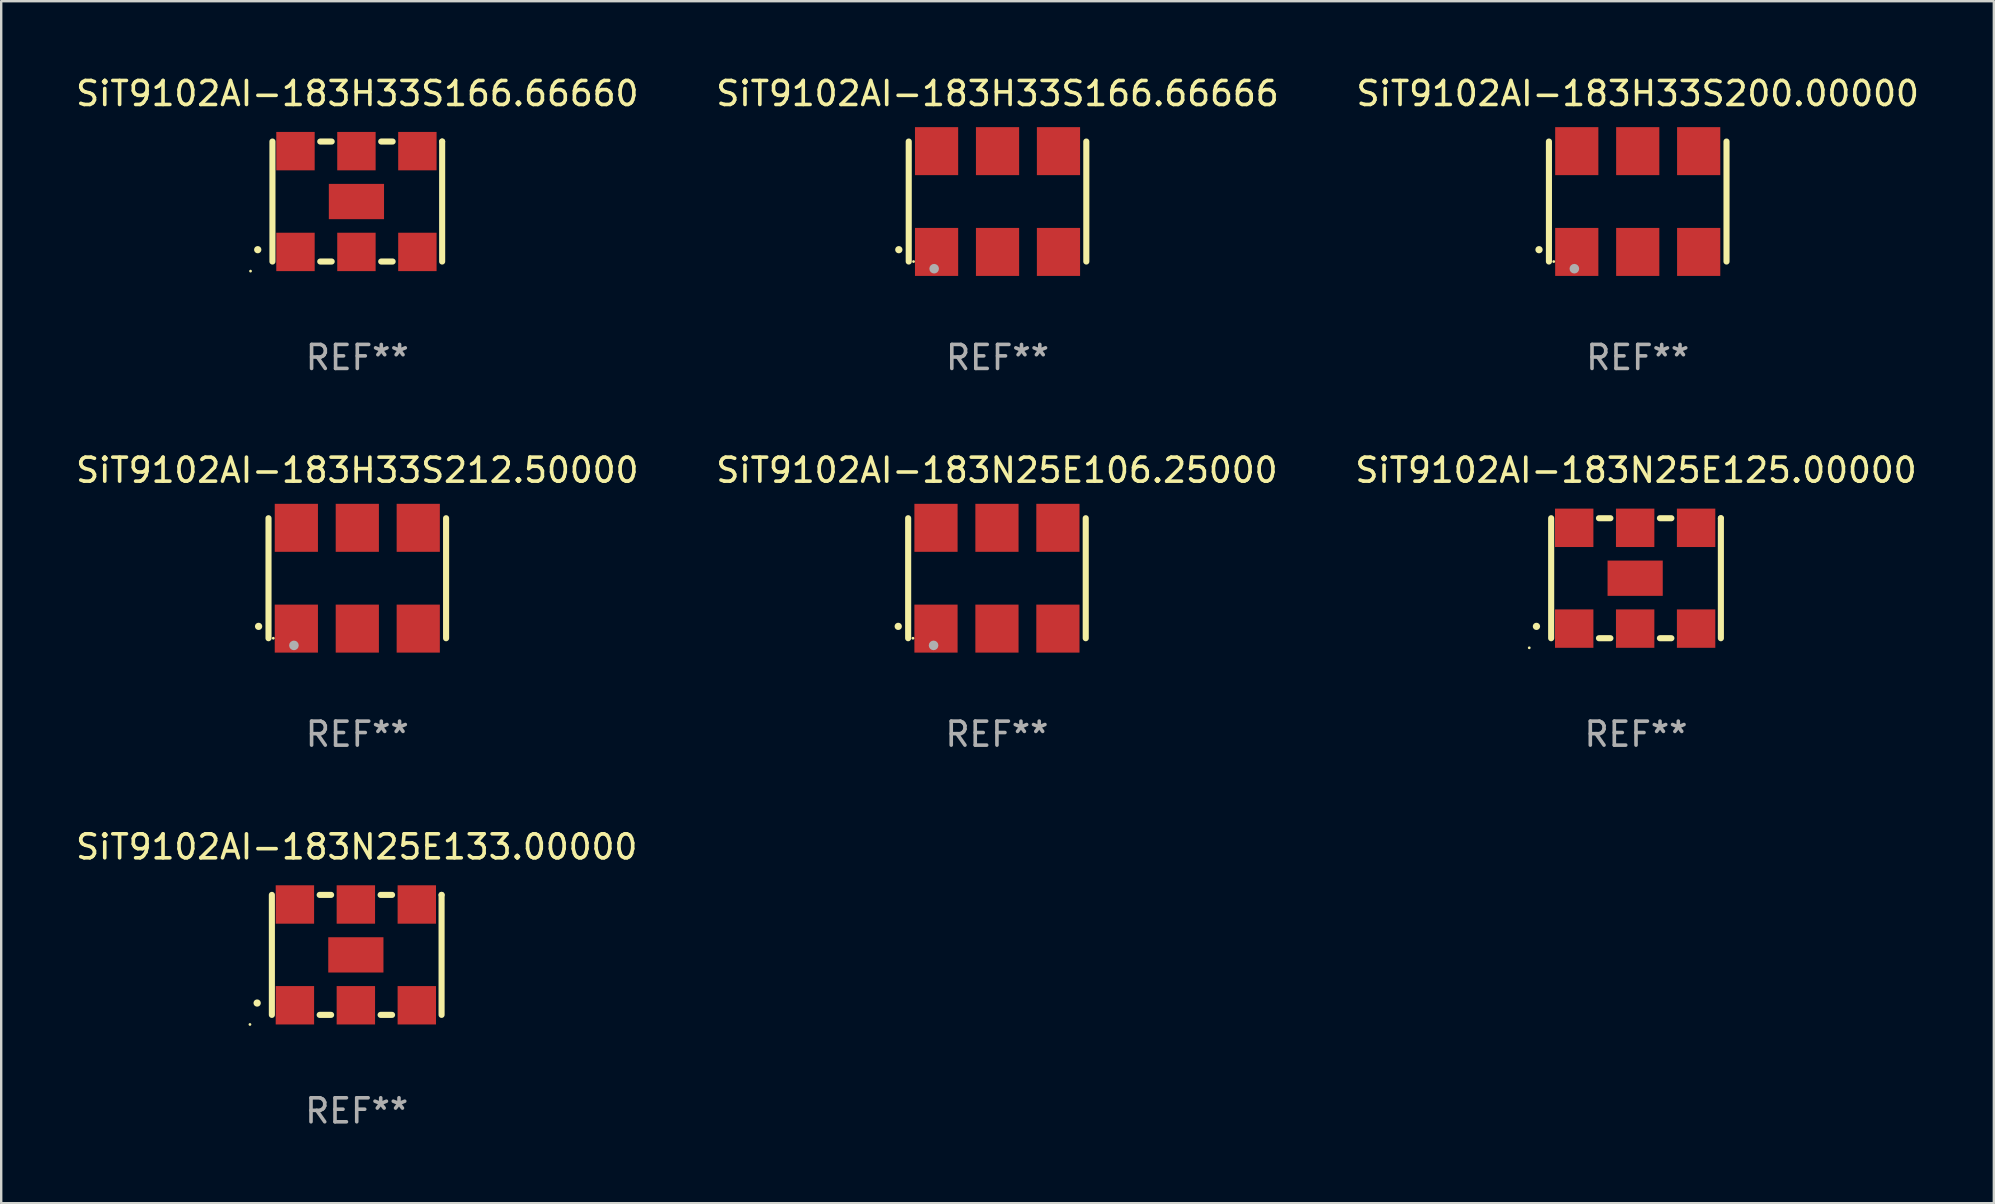
<source format=kicad_pcb>
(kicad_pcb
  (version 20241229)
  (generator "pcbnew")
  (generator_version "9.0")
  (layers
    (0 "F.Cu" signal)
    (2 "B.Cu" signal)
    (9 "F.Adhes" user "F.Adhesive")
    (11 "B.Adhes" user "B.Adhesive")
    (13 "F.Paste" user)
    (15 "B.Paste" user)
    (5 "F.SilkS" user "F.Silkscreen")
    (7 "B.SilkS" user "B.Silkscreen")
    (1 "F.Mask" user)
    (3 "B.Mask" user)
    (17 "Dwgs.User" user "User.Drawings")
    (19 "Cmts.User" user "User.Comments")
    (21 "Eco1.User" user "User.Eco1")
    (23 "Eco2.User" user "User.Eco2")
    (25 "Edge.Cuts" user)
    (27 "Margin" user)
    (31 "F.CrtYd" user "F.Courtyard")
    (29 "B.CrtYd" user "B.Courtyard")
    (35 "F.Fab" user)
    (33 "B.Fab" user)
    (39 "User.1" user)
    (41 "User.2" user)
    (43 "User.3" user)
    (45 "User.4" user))
  (footprint "SiT9102AI-183N25E133.00000"
    (layer "F.Cu")
    (at 11.815 36.741)
    (property "Reference" "SiT9102AI-183N25E133.00000" (at 0 -4.5 0) (layer "F.SilkS") (effects (font (size 1 1) (thickness 0.15))))
    (attr through_hole)
    (fp_line (start -3.536 -2.5) (end -3.536 2.5) (stroke (width 0.254) (type solid)) (layer "F.SilkS"))
    (fp_line (start -1.544 2.5) (end -1.067 2.5) (stroke (width 0.254) (type solid)) (layer "F.SilkS"))
    (fp_line (start -1.067 -2.5) (end -1.544 -2.5) (stroke (width 0.254) (type solid)) (layer "F.SilkS"))
    (fp_line (start 0.996 2.5) (end 1.473 2.5) (stroke (width 0.254) (type solid)) (layer "F.SilkS"))
    (fp_line (start 1.473 -2.5) (end 0.996 -2.5) (stroke (width 0.254) (type solid)) (layer "F.SilkS"))
    (fp_line (start 3.536 -2.5) (end 3.536 -2.5) (stroke (width 0.254) (type solid)) (layer "F.SilkS"))
    (fp_line (start 3.536 2.5) (end 3.536 -2.5) (stroke (width 0.254) (type solid)) (layer "F.SilkS"))
    (fp_arc (start -4.150432 2.006604) (mid -4.149162 2.006599) (end -4.147892 2.006604) (stroke (width 0.3) (type solid)) (layer "F.SilkS"))
    (fp_circle (center -4.449 2.9) (end -4.419 2.9) (stroke (width 0.06) (type solid)) (fill no) (layer "F.SilkS"))
    (fp_text user "REF**" (at 0 6.5 0) (layer "F.Fab") (effects (font (size 1 1) (thickness 0.15))))
    (pad "1" smd rect (at -2.576 2.1) (size 1.6 1.6) (layers "F.Cu" "F.Mask" "F.Paste"))
    (pad "2" smd rect (at -0.036 2.1) (size 1.6 1.6) (layers "F.Cu" "F.Mask" "F.Paste"))
    (pad "3" smd rect (at 2.504 2.1) (size 1.6 1.6) (layers "F.Cu" "F.Mask" "F.Paste"))
    (pad "4" smd rect (at 2.504 -2.1) (size 1.6 1.6) (layers "F.Cu" "F.Mask" "F.Paste"))
    (pad "5" smd rect (at -0.036 -2.1) (size 1.6 1.6) (layers "F.Cu" "F.Mask" "F.Paste"))
    (pad "6" smd rect (at -2.576 -2.1) (size 1.6 1.6) (layers "F.Cu" "F.Mask" "F.Paste"))
    (pad "7" smd rect (at -0.036 0) (size 2.3 1.47) (layers "F.Cu" "F.Mask" "F.Paste")))
  (footprint "SiT9102AI-183N25E125.00000"
    (layer "F.Cu")
    (at 65.125 21.045)
    (property "Reference" "SiT9102AI-183N25E125.00000" (at 0 -4.5 0) (layer "F.SilkS") (effects (font (size 1 1) (thickness 0.15))))
    (attr through_hole)
    (fp_line (start -3.536 -2.5) (end -3.536 2.5) (stroke (width 0.254) (type solid)) (layer "F.SilkS"))
    (fp_line (start -1.544 2.5) (end -1.067 2.5) (stroke (width 0.254) (type solid)) (layer "F.SilkS"))
    (fp_line (start -1.067 -2.5) (end -1.544 -2.5) (stroke (width 0.254) (type solid)) (layer "F.SilkS"))
    (fp_line (start 0.996 2.5) (end 1.473 2.5) (stroke (width 0.254) (type solid)) (layer "F.SilkS"))
    (fp_line (start 1.473 -2.5) (end 0.996 -2.5) (stroke (width 0.254) (type solid)) (layer "F.SilkS"))
    (fp_line (start 3.536 -2.5) (end 3.536 -2.5) (stroke (width 0.254) (type solid)) (layer "F.SilkS"))
    (fp_line (start 3.536 2.5) (end 3.536 -2.5) (stroke (width 0.254) (type solid)) (layer "F.SilkS"))
    (fp_arc (start -4.150432 2.006604) (mid -4.149162 2.006599) (end -4.147892 2.006604) (stroke (width 0.3) (type solid)) (layer "F.SilkS"))
    (fp_circle (center -4.449 2.9) (end -4.419 2.9) (stroke (width 0.06) (type solid)) (fill no) (layer "F.SilkS"))
    (fp_text user "REF**" (at 0 6.5 0) (layer "F.Fab") (effects (font (size 1 1) (thickness 0.15))))
    (pad "1" smd rect (at -2.576 2.1) (size 1.6 1.6) (layers "F.Cu" "F.Mask" "F.Paste"))
    (pad "2" smd rect (at -0.036 2.1) (size 1.6 1.6) (layers "F.Cu" "F.Mask" "F.Paste"))
    (pad "3" smd rect (at 2.504 2.1) (size 1.6 1.6) (layers "F.Cu" "F.Mask" "F.Paste"))
    (pad "4" smd rect (at 2.504 -2.1) (size 1.6 1.6) (layers "F.Cu" "F.Mask" "F.Paste"))
    (pad "5" smd rect (at -0.036 -2.1) (size 1.6 1.6) (layers "F.Cu" "F.Mask" "F.Paste"))
    (pad "6" smd rect (at -2.576 -2.1) (size 1.6 1.6) (layers "F.Cu" "F.Mask" "F.Paste"))
    (pad "7" smd rect (at -0.036 0) (size 2.3 1.47) (layers "F.Cu" "F.Mask" "F.Paste")))
  (footprint "SiT9102AI-183H33S166.66660"
    (layer "F.Cu")
    (at 11.839 5.348)
    (property "Reference" "SiT9102AI-183H33S166.66660" (at 0 -4.5 0) (layer "F.SilkS") (effects (font (size 1 1) (thickness 0.15))))
    (attr through_hole)
    (fp_line (start -3.536 -2.5) (end -3.536 2.5) (stroke (width 0.254) (type solid)) (layer "F.SilkS"))
    (fp_line (start -1.544 2.5) (end -1.067 2.5) (stroke (width 0.254) (type solid)) (layer "F.SilkS"))
    (fp_line (start -1.067 -2.5) (end -1.544 -2.5) (stroke (width 0.254) (type solid)) (layer "F.SilkS"))
    (fp_line (start 0.996 2.5) (end 1.473 2.5) (stroke (width 0.254) (type solid)) (layer "F.SilkS"))
    (fp_line (start 1.473 -2.5) (end 0.996 -2.5) (stroke (width 0.254) (type solid)) (layer "F.SilkS"))
    (fp_line (start 3.536 -2.5) (end 3.536 -2.5) (stroke (width 0.254) (type solid)) (layer "F.SilkS"))
    (fp_line (start 3.536 2.5) (end 3.536 -2.5) (stroke (width 0.254) (type solid)) (layer "F.SilkS"))
    (fp_arc (start -4.150432 2.006604) (mid -4.149162 2.006599) (end -4.147892 2.006604) (stroke (width 0.3) (type solid)) (layer "F.SilkS"))
    (fp_circle (center -4.449 2.9) (end -4.419 2.9) (stroke (width 0.06) (type solid)) (fill no) (layer "F.SilkS"))
    (fp_text user "REF**" (at 0 6.5 0) (layer "F.Fab") (effects (font (size 1 1) (thickness 0.15))))
    (pad "1" smd rect (at -2.576 2.1) (size 1.6 1.6) (layers "F.Cu" "F.Mask" "F.Paste"))
    (pad "2" smd rect (at -0.036 2.1) (size 1.6 1.6) (layers "F.Cu" "F.Mask" "F.Paste"))
    (pad "3" smd rect (at 2.504 2.1) (size 1.6 1.6) (layers "F.Cu" "F.Mask" "F.Paste"))
    (pad "4" smd rect (at 2.504 -2.1) (size 1.6 1.6) (layers "F.Cu" "F.Mask" "F.Paste"))
    (pad "5" smd rect (at -0.036 -2.1) (size 1.6 1.6) (layers "F.Cu" "F.Mask" "F.Paste"))
    (pad "6" smd rect (at -2.576 -2.1) (size 1.6 1.6) (layers "F.Cu" "F.Mask" "F.Paste"))
    (pad "7" smd rect (at -0.036 0) (size 2.3 1.47) (layers "F.Cu" "F.Mask" "F.Paste")))
  (footprint "SiT9102AI-183H33S200.00000"
    (layer "F.Cu")
    (at 65.196 5.348)
    (property "Reference" "SiT9102AI-183H33S200.00000" (at 0 -4.5 0) (layer "F.SilkS") (effects (font (size 1 1) (thickness 0.15))))
    (attr through_hole)
    (fp_line (start -3.7 -2.5) (end -3.7 2.5) (stroke (width 0.254) (type solid)) (layer "F.SilkS"))
    (fp_line (start 3.7 -2.5) (end 3.7 2.5) (stroke (width 0.254) (type solid)) (layer "F.SilkS"))
    (fp_arc (start -4.114415 2.006604) (mid -4.113145 2.006599) (end -4.111875 2.006604) (stroke (width 0.3) (type solid)) (layer "F.SilkS"))
    (fp_circle (center -3.5 2.501) (end -3.47 2.501) (stroke (width 0.06) (type solid)) (fill no) (layer "F.SilkS"))
    (fp_circle (center -2.641 2.799) (end -2.541 2.799) (stroke (width 0.2) (type solid)) (fill no) (layer "F.Fab"))
    (fp_text user "REF**" (at 0 6.5 0) (layer "F.Fab") (effects (font (size 1 1) (thickness 0.15))))
    (pad "1" smd rect (at -2.54 2.1) (size 1.8 2) (layers "F.Cu" "F.Mask" "F.Paste"))
    (pad "2" smd rect (at 0.000394 2.1) (size 1.8 2) (layers "F.Cu" "F.Mask" "F.Paste"))
    (pad "3" smd rect (at 2.54 2.1) (size 1.8 2) (layers "F.Cu" "F.Mask" "F.Paste"))
    (pad "4" smd rect (at 2.54 -2.1) (size 1.8 2) (layers "F.Cu" "F.Mask" "F.Paste"))
    (pad "5" smd rect (at 0.000394 -2.1) (size 1.8 2) (layers "F.Cu" "F.Mask" "F.Paste"))
    (pad "6" smd rect (at -2.54 -2.1) (size 1.8 2) (layers "F.Cu" "F.Mask" "F.Paste")))
  (footprint "SiT9102AI-183H33S212.50000"
    (layer "F.Cu")
    (at 11.839 21.045)
    (property "Reference" "SiT9102AI-183H33S212.50000" (at 0 -4.5 0) (layer "F.SilkS") (effects (font (size 1 1) (thickness 0.15))))
    (attr through_hole)
    (fp_line (start -3.7 -2.5) (end -3.7 2.5) (stroke (width 0.254) (type solid)) (layer "F.SilkS"))
    (fp_line (start 3.7 -2.5) (end 3.7 2.5) (stroke (width 0.254) (type solid)) (layer "F.SilkS"))
    (fp_arc (start -4.114415 2.006604) (mid -4.113145 2.006599) (end -4.111875 2.006604) (stroke (width 0.3) (type solid)) (layer "F.SilkS"))
    (fp_circle (center -3.5 2.501) (end -3.47 2.501) (stroke (width 0.06) (type solid)) (fill no) (layer "F.SilkS"))
    (fp_circle (center -2.641 2.799) (end -2.541 2.799) (stroke (width 0.2) (type solid)) (fill no) (layer "F.Fab"))
    (fp_text user "REF**" (at 0 6.5 0) (layer "F.Fab") (effects (font (size 1 1) (thickness 0.15))))
    (pad "1" smd rect (at -2.54 2.1) (size 1.8 2) (layers "F.Cu" "F.Mask" "F.Paste"))
    (pad "2" smd rect (at 0.000394 2.1) (size 1.8 2) (layers "F.Cu" "F.Mask" "F.Paste"))
    (pad "3" smd rect (at 2.54 2.1) (size 1.8 2) (layers "F.Cu" "F.Mask" "F.Paste"))
    (pad "4" smd rect (at 2.54 -2.1) (size 1.8 2) (layers "F.Cu" "F.Mask" "F.Paste"))
    (pad "5" smd rect (at 0.000394 -2.1) (size 1.8 2) (layers "F.Cu" "F.Mask" "F.Paste"))
    (pad "6" smd rect (at -2.54 -2.1) (size 1.8 2) (layers "F.Cu" "F.Mask" "F.Paste")))
  (footprint "SiT9102AI-183H33S166.66666"
    (layer "F.Cu")
    (at 38.518 5.348)
    (property "Reference" "SiT9102AI-183H33S166.66666" (at 0 -4.5 0) (layer "F.SilkS") (effects (font (size 1 1) (thickness 0.15))))
    (attr through_hole)
    (fp_line (start -3.7 -2.5) (end -3.7 2.5) (stroke (width 0.254) (type solid)) (layer "F.SilkS"))
    (fp_line (start 3.7 -2.5) (end 3.7 2.5) (stroke (width 0.254) (type solid)) (layer "F.SilkS"))
    (fp_arc (start -4.114415 2.006604) (mid -4.113145 2.006599) (end -4.111875 2.006604) (stroke (width 0.3) (type solid)) (layer "F.SilkS"))
    (fp_circle (center -3.5 2.501) (end -3.47 2.501) (stroke (width 0.06) (type solid)) (fill no) (layer "F.SilkS"))
    (fp_circle (center -2.641 2.799) (end -2.541 2.799) (stroke (width 0.2) (type solid)) (fill no) (layer "F.Fab"))
    (fp_text user "REF**" (at 0 6.5 0) (layer "F.Fab") (effects (font (size 1 1) (thickness 0.15))))
    (pad "1" smd rect (at -2.54 2.1) (size 1.8 2) (layers "F.Cu" "F.Mask" "F.Paste"))
    (pad "2" smd rect (at 0.000394 2.1) (size 1.8 2) (layers "F.Cu" "F.Mask" "F.Paste"))
    (pad "3" smd rect (at 2.54 2.1) (size 1.8 2) (layers "F.Cu" "F.Mask" "F.Paste"))
    (pad "4" smd rect (at 2.54 -2.1) (size 1.8 2) (layers "F.Cu" "F.Mask" "F.Paste"))
    (pad "5" smd rect (at 0.000394 -2.1) (size 1.8 2) (layers "F.Cu" "F.Mask" "F.Paste"))
    (pad "6" smd rect (at -2.54 -2.1) (size 1.8 2) (layers "F.Cu" "F.Mask" "F.Paste")))
  (footprint "SiT9102AI-183N25E106.25000"
    (layer "F.Cu")
    (at 38.494 21.045)
    (property "Reference" "SiT9102AI-183N25E106.25000" (at 0 -4.5 0) (layer "F.SilkS") (effects (font (size 1 1) (thickness 0.15))))
    (attr through_hole)
    (fp_line (start -3.7 -2.5) (end -3.7 2.5) (stroke (width 0.254) (type solid)) (layer "F.SilkS"))
    (fp_line (start 3.7 -2.5) (end 3.7 2.5) (stroke (width 0.254) (type solid)) (layer "F.SilkS"))
    (fp_arc (start -4.114415 2.006604) (mid -4.113145 2.006599) (end -4.111875 2.006604) (stroke (width 0.3) (type solid)) (layer "F.SilkS"))
    (fp_circle (center -3.5 2.501) (end -3.47 2.501) (stroke (width 0.06) (type solid)) (fill no) (layer "F.SilkS"))
    (fp_circle (center -2.641 2.799) (end -2.541 2.799) (stroke (width 0.2) (type solid)) (fill no) (layer "F.Fab"))
    (fp_text user "REF**" (at 0 6.5 0) (layer "F.Fab") (effects (font (size 1 1) (thickness 0.15))))
    (pad "1" smd rect (at -2.54 2.1) (size 1.8 2) (layers "F.Cu" "F.Mask" "F.Paste"))
    (pad "2" smd rect (at 0.000394 2.1) (size 1.8 2) (layers "F.Cu" "F.Mask" "F.Paste"))
    (pad "3" smd rect (at 2.54 2.1) (size 1.8 2) (layers "F.Cu" "F.Mask" "F.Paste"))
    (pad "4" smd rect (at 2.54 -2.1) (size 1.8 2) (layers "F.Cu" "F.Mask" "F.Paste"))
    (pad "5" smd rect (at 0.000394 -2.1) (size 1.8 2) (layers "F.Cu" "F.Mask" "F.Paste"))
    (pad "6" smd rect (at -2.54 -2.1) (size 1.8 2) (layers "F.Cu" "F.Mask" "F.Paste")))
  (gr_rect
    (start -3 -3)
    (end 80.036 47.09)
    (stroke (width 0.1) (type default))
    (fill no)
    (layer "Edge.Cuts")))
</source>
